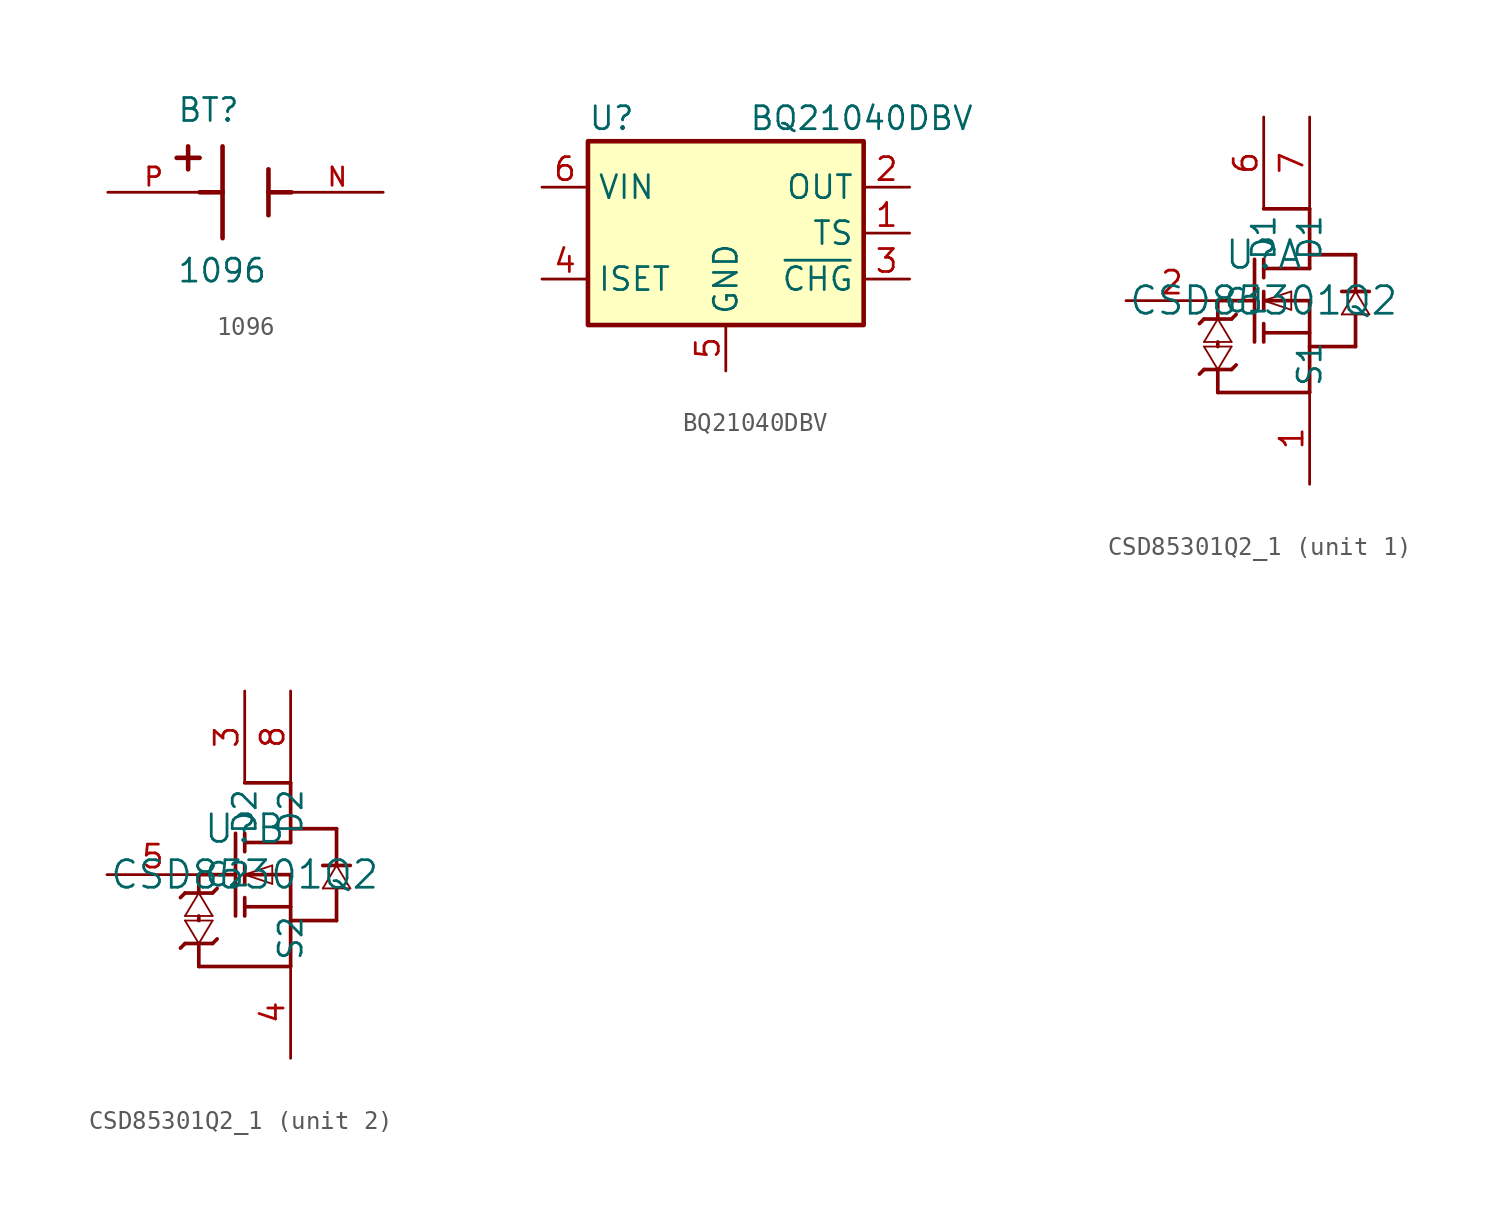
<source format=kicad_sym>
(kicad_symbol_lib
  (version 20241209)
  (generator "kicad_symbol_editor")
  (generator_version "9.0")
  (symbol "1096"
    (pin_names
      (offset 1.016))
    (property "Reference" "BT"
      (at -3.81 3.81 0)
      (effects (font (size 1.27 1.27)) (justify left bottom)))
    (property "Value" "1096"
      (at -3.81 -5.08 0)
      (effects (font (size 1.27 1.27)) (justify left bottom)))
    (symbol "1096_0_0"
      (polyline (pts (xy -3.81 1.905) (xy -2.54 1.905)) (stroke (width 0.254) (type default)) (fill (type none)))
      (polyline (pts (xy -3.175 2.54) (xy -3.175 1.27)) (stroke (width 0.254) (type default)) (fill (type none)))
      (polyline (pts (xy -1.27 2.54) (xy -1.27 0)) (stroke (width 0.254) (type default)) (fill (type none)))
      (polyline (pts (xy -1.27 0) (xy -2.54 0)) (stroke (width 0.254) (type default)) (fill (type none)))
      (polyline (pts (xy -1.27 0) (xy -1.27 -2.54)) (stroke (width 0.254) (type default)) (fill (type none)))
      (polyline (pts (xy 1.27 1.27) (xy 1.27 0)) (stroke (width 0.254) (type default)) (fill (type none)))
      (polyline (pts (xy 1.27 0) (xy 1.27 -1.27)) (stroke (width 0.254) (type default)) (fill (type none)))
      (polyline (pts (xy 1.27 0) (xy 2.54 0)) (stroke (width 0.254) (type default)) (fill (type none)))
      (pin passive line (at -7.62 0 0) (length 5.08) (name "~" (effects (font (size 1.016 1.016)))) (number "P" (effects (font (size 1.016 1.016)))))
      (pin passive line (at 7.62 0 180) (length 5.08) (name "~" (effects (font (size 1.016 1.016)))) (number "N" (effects (font (size 1.016 1.016)))))))
  (symbol "BQ21040DBV"
    (property "Reference" "U"
      (at -7.62 6.35 0)
      (effects (font (size 1.27 1.27)) (justify left)))
    (property "Value" "BQ21040DBV"
      (at 1.27 6.35 0)
      (effects (font (size 1.27 1.27)) (justify left)))
    (symbol "BQ21040DBV_0_1"
      (rectangle (start -7.62 5.08) (end 7.62 -5.08) (stroke (width 0.254) (type default)) (fill (type background))))
    (symbol "BQ21040DBV_1_1"
      (pin power_in line (at -10.16 2.54 0) (length 2.54) (name "VIN" (effects (font (size 1.27 1.27)))) (number "6" (effects (font (size 1.27 1.27)))))
      (pin input line (at -10.16 -2.54 0) (length 2.54) (name "ISET" (effects (font (size 1.27 1.27)))) (number "4" (effects (font (size 1.27 1.27)))))
      (pin power_in line (at 0 -7.62 90) (length 2.54) (name "GND" (effects (font (size 1.27 1.27)))) (number "5" (effects (font (size 1.27 1.27)))))
      (pin power_out line (at 10.16 2.54 180) (length 2.54) (name "OUT" (effects (font (size 1.27 1.27)))) (number "2" (effects (font (size 1.27 1.27)))))
      (pin input line (at 10.16 0 180) (length 2.54) (name "TS" (effects (font (size 1.27 1.27)))) (number "1" (effects (font (size 1.27 1.27)))))
      (pin open_collector line (at 10.16 -2.54 180) (length 2.54) (name "~{CHG}" (effects (font (size 1.27 1.27)))) (number "3" (effects (font (size 1.27 1.27)))))))
  (symbol "CSD85301Q2_1"
    (pin_names
      (offset 0.254))
    (property "Reference" "U"
      (at 0 2.54 0)
      (effects (font (size 1.524 1.524))))
    (property "Value" "CSD85301Q2"
      (at 0 0 0)
      (effects (font (size 1.524 1.524))))
    (property "ki_locked" ""
      (at 0 0 0)
      (effects (font (size 1.27 1.27))))
    (symbol "CSD85301Q2_1_1_1"
      (polyline (pts (xy -3.302 -1.016) (xy -3.556 -1.27)) (stroke (width 0.203) (type default)) (fill (type none)))
      (polyline (pts (xy -3.302 -1.016) (xy -1.778 -1.016)) (stroke (width 0.203) (type default)) (fill (type none)))
      (polyline (pts (xy -3.302 -2.286) (xy -1.778 -2.286)) (stroke (width 0.102) (type default)) (fill (type none)))
      (polyline (pts (xy -3.302 -2.54) (xy -2.54 -3.81)) (stroke (width 0.102) (type default)) (fill (type none)))
      (polyline (pts (xy -3.302 -3.81) (xy -3.556 -4.064)) (stroke (width 0.203) (type default)) (fill (type none)))
      (polyline (pts (xy -2.54 0) (xy -0.508 0)) (stroke (width 0.203) (type default)) (fill (type none)))
      (polyline (pts (xy -2.54 -1.016) (xy -3.302 -2.286)) (stroke (width 0.102) (type default)) (fill (type none)))
      (polyline (pts (xy -2.54 -1.016) (xy -2.54 0)) (stroke (width 0.203) (type default)) (fill (type none)))
      (polyline (pts (xy -2.54 -2.286) (xy -2.54 -2.54)) (stroke (width 0.203) (type default)) (fill (type none)))
      (polyline (pts (xy -2.54 -3.81) (xy -2.54 -5.08)) (stroke (width 0.203) (type default)) (fill (type none)))
      (polyline (pts (xy -2.54 -3.81) (xy -1.778 -2.54)) (stroke (width 0.102) (type default)) (fill (type none)))
      (polyline (pts (xy -2.54 -5.08) (xy 2.54 -5.08)) (stroke (width 0.203) (type default)) (fill (type none)))
      (polyline (pts (xy -1.778 -1.016) (xy -1.524 -0.762)) (stroke (width 0.203) (type default)) (fill (type none)))
      (polyline (pts (xy -1.778 -2.286) (xy -2.54 -1.016)) (stroke (width 0.102) (type default)) (fill (type none)))
      (polyline (pts (xy -1.778 -2.54) (xy -3.302 -2.54)) (stroke (width 0.102) (type default)) (fill (type none)))
      (polyline (pts (xy -1.778 -3.81) (xy -3.302 -3.81)) (stroke (width 0.203) (type default)) (fill (type none)))
      (polyline (pts (xy -1.778 -3.81) (xy -1.524 -3.556)) (stroke (width 0.203) (type default)) (fill (type none)))
      (polyline (pts (xy -0.508 2.286) (xy -0.508 -2.286)) (stroke (width 0.203) (type default)) (fill (type none)))
      (polyline (pts (xy 0 5.08) (xy 2.54 5.08)) (stroke (width 0.203) (type default)) (fill (type none)))
      (polyline (pts (xy 0 2.286) (xy 0 1.27)) (stroke (width 0.203) (type default)) (fill (type none)))
      (polyline (pts (xy 0 0) (xy 1.524 -0.508)) (stroke (width 0.102) (type default)) (fill (type none)))
      (polyline (pts (xy 0 -0.508) (xy 0 0.508)) (stroke (width 0.203) (type default)) (fill (type none)))
      (polyline (pts (xy 0 -2.286) (xy 0 -1.27)) (stroke (width 0.203) (type default)) (fill (type none)))
      (polyline (pts (xy 1.524 0.508) (xy 0 0)) (stroke (width 0.102) (type default)) (fill (type none)))
      (polyline (pts (xy 1.524 -0.508) (xy 1.524 0.508)) (stroke (width 0.102) (type default)) (fill (type none)))
      (polyline (pts (xy 2.54 2.54) (xy 2.54 5.08)) (stroke (width 0.203) (type default)) (fill (type none)))
      (polyline (pts (xy 2.54 2.54) (xy 5.08 2.54)) (stroke (width 0.203) (type default)) (fill (type none)))
      (polyline (pts (xy 2.54 1.778) (xy 0 1.778)) (stroke (width 0.203) (type default)) (fill (type none)))
      (polyline (pts (xy 2.54 1.778) (xy 2.54 2.54)) (stroke (width 0.203) (type default)) (fill (type none)))
      (polyline (pts (xy 2.54 0) (xy 0 0)) (stroke (width 0.203) (type default)) (fill (type none)))
      (polyline (pts (xy 2.54 0) (xy 2.54 -2.54)) (stroke (width 0.203) (type default)) (fill (type none)))
      (polyline (pts (xy 2.54 -1.778) (xy 0 -1.778)) (stroke (width 0.203) (type default)) (fill (type none)))
      (polyline (pts (xy 2.54 -2.54) (xy 5.08 -2.54)) (stroke (width 0.203) (type default)) (fill (type none)))
      (polyline (pts (xy 2.54 -5.08) (xy 2.54 -2.54)) (stroke (width 0.203) (type default)) (fill (type none)))
      (polyline (pts (xy 4.318 0.508) (xy 5.842 0.508)) (stroke (width 0.203) (type default)) (fill (type none)))
      (polyline (pts (xy 4.318 -0.762) (xy 5.842 -0.762)) (stroke (width 0.102) (type default)) (fill (type none)))
      (polyline (pts (xy 5.08 2.54) (xy 5.08 0.508)) (stroke (width 0.203) (type default)) (fill (type none)))
      (polyline (pts (xy 5.08 0.508) (xy 4.318 -0.762)) (stroke (width 0.102) (type default)) (fill (type none)))
      (polyline (pts (xy 5.08 -2.54) (xy 5.08 -0.762)) (stroke (width 0.203) (type default)) (fill (type none)))
      (polyline (pts (xy 5.842 -0.762) (xy 5.08 0.508)) (stroke (width 0.102) (type default)) (fill (type none)))
      (pin input line (at -7.62 0 0) (length 5.08) (name "G1" (effects (font (size 1.27 1.27)))) (number "2" (effects (font (size 1.27 1.27)))))
      (pin passive line (at 0 10.16 270) (length 5.08) (name "D1" (effects (font (size 1.27 1.27)))) (number "6" (effects (font (size 1.27 1.27)))))
      (pin passive line (at 2.54 10.16 270) (length 5.08) (name "D1" (effects (font (size 1.27 1.27)))) (number "7" (effects (font (size 1.27 1.27)))))
      (pin passive line (at 2.54 -10.16 90) (length 5.08) (name "S1" (effects (font (size 1.27 1.27)))) (number "1" (effects (font (size 1.27 1.27))))))
    (symbol "CSD85301Q2_1_2_1"
      (polyline (pts (xy -3.302 -1.016) (xy -3.556 -1.27)) (stroke (width 0.203) (type default)) (fill (type none)))
      (polyline (pts (xy -3.302 -1.016) (xy -1.778 -1.016)) (stroke (width 0.203) (type default)) (fill (type none)))
      (polyline (pts (xy -3.302 -2.286) (xy -1.778 -2.286)) (stroke (width 0.102) (type default)) (fill (type none)))
      (polyline (pts (xy -3.302 -2.54) (xy -2.54 -3.81)) (stroke (width 0.102) (type default)) (fill (type none)))
      (polyline (pts (xy -3.302 -3.81) (xy -3.556 -4.064)) (stroke (width 0.203) (type default)) (fill (type none)))
      (polyline (pts (xy -2.54 0) (xy -0.508 0)) (stroke (width 0.203) (type default)) (fill (type none)))
      (polyline (pts (xy -2.54 -1.016) (xy -3.302 -2.286)) (stroke (width 0.102) (type default)) (fill (type none)))
      (polyline (pts (xy -2.54 -1.016) (xy -2.54 0)) (stroke (width 0.203) (type default)) (fill (type none)))
      (polyline (pts (xy -2.54 -2.286) (xy -2.54 -2.54)) (stroke (width 0.203) (type default)) (fill (type none)))
      (polyline (pts (xy -2.54 -3.81) (xy -2.54 -5.08)) (stroke (width 0.203) (type default)) (fill (type none)))
      (polyline (pts (xy -2.54 -3.81) (xy -1.778 -2.54)) (stroke (width 0.102) (type default)) (fill (type none)))
      (polyline (pts (xy -2.54 -5.08) (xy 2.54 -5.08)) (stroke (width 0.203) (type default)) (fill (type none)))
      (polyline (pts (xy -1.778 -1.016) (xy -1.524 -0.762)) (stroke (width 0.203) (type default)) (fill (type none)))
      (polyline (pts (xy -1.778 -2.286) (xy -2.54 -1.016)) (stroke (width 0.102) (type default)) (fill (type none)))
      (polyline (pts (xy -1.778 -2.54) (xy -3.302 -2.54)) (stroke (width 0.102) (type default)) (fill (type none)))
      (polyline (pts (xy -1.778 -3.81) (xy -3.302 -3.81)) (stroke (width 0.203) (type default)) (fill (type none)))
      (polyline (pts (xy -1.778 -3.81) (xy -1.524 -3.556)) (stroke (width 0.203) (type default)) (fill (type none)))
      (polyline (pts (xy -0.508 2.286) (xy -0.508 -2.286)) (stroke (width 0.203) (type default)) (fill (type none)))
      (polyline (pts (xy 0 5.08) (xy 2.54 5.08)) (stroke (width 0.203) (type default)) (fill (type none)))
      (polyline (pts (xy 0 2.286) (xy 0 1.27)) (stroke (width 0.203) (type default)) (fill (type none)))
      (polyline (pts (xy 0 0) (xy 1.524 -0.508)) (stroke (width 0.102) (type default)) (fill (type none)))
      (polyline (pts (xy 0 -0.508) (xy 0 0.508)) (stroke (width 0.203) (type default)) (fill (type none)))
      (polyline (pts (xy 0 -2.286) (xy 0 -1.27)) (stroke (width 0.203) (type default)) (fill (type none)))
      (polyline (pts (xy 1.524 0.508) (xy 0 0)) (stroke (width 0.102) (type default)) (fill (type none)))
      (polyline (pts (xy 1.524 -0.508) (xy 1.524 0.508)) (stroke (width 0.102) (type default)) (fill (type none)))
      (polyline (pts (xy 2.54 2.54) (xy 2.54 5.08)) (stroke (width 0.203) (type default)) (fill (type none)))
      (polyline (pts (xy 2.54 2.54) (xy 5.08 2.54)) (stroke (width 0.203) (type default)) (fill (type none)))
      (polyline (pts (xy 2.54 1.778) (xy 0 1.778)) (stroke (width 0.203) (type default)) (fill (type none)))
      (polyline (pts (xy 2.54 1.778) (xy 2.54 2.54)) (stroke (width 0.203) (type default)) (fill (type none)))
      (polyline (pts (xy 2.54 0) (xy 0 0)) (stroke (width 0.203) (type default)) (fill (type none)))
      (polyline (pts (xy 2.54 0) (xy 2.54 -2.54)) (stroke (width 0.203) (type default)) (fill (type none)))
      (polyline (pts (xy 2.54 -1.778) (xy 0 -1.778)) (stroke (width 0.203) (type default)) (fill (type none)))
      (polyline (pts (xy 2.54 -2.54) (xy 5.08 -2.54)) (stroke (width 0.203) (type default)) (fill (type none)))
      (polyline (pts (xy 2.54 -5.08) (xy 2.54 -2.54)) (stroke (width 0.203) (type default)) (fill (type none)))
      (polyline (pts (xy 4.318 0.508) (xy 5.842 0.508)) (stroke (width 0.203) (type default)) (fill (type none)))
      (polyline (pts (xy 4.318 -0.762) (xy 5.842 -0.762)) (stroke (width 0.102) (type default)) (fill (type none)))
      (polyline (pts (xy 5.08 2.54) (xy 5.08 0.508)) (stroke (width 0.203) (type default)) (fill (type none)))
      (polyline (pts (xy 5.08 0.508) (xy 4.318 -0.762)) (stroke (width 0.102) (type default)) (fill (type none)))
      (polyline (pts (xy 5.08 -2.54) (xy 5.08 -0.762)) (stroke (width 0.203) (type default)) (fill (type none)))
      (polyline (pts (xy 5.842 -0.762) (xy 5.08 0.508)) (stroke (width 0.102) (type default)) (fill (type none)))
      (pin input line (at -7.62 0 0) (length 5.08) (name "G2" (effects (font (size 1.27 1.27)))) (number "5" (effects (font (size 1.27 1.27)))))
      (pin passive line (at 0 10.16 270) (length 5.08) (name "D2" (effects (font (size 1.27 1.27)))) (number "3" (effects (font (size 1.27 1.27)))))
      (pin passive line (at 2.54 10.16 270) (length 5.08) (name "D2" (effects (font (size 1.27 1.27)))) (number "8" (effects (font (size 1.27 1.27)))))
      (pin passive line (at 2.54 -10.16 90) (length 5.08) (name "S2" (effects (font (size 1.27 1.27)))) (number "4" (effects (font (size 1.27 1.27))))))))
</source>
